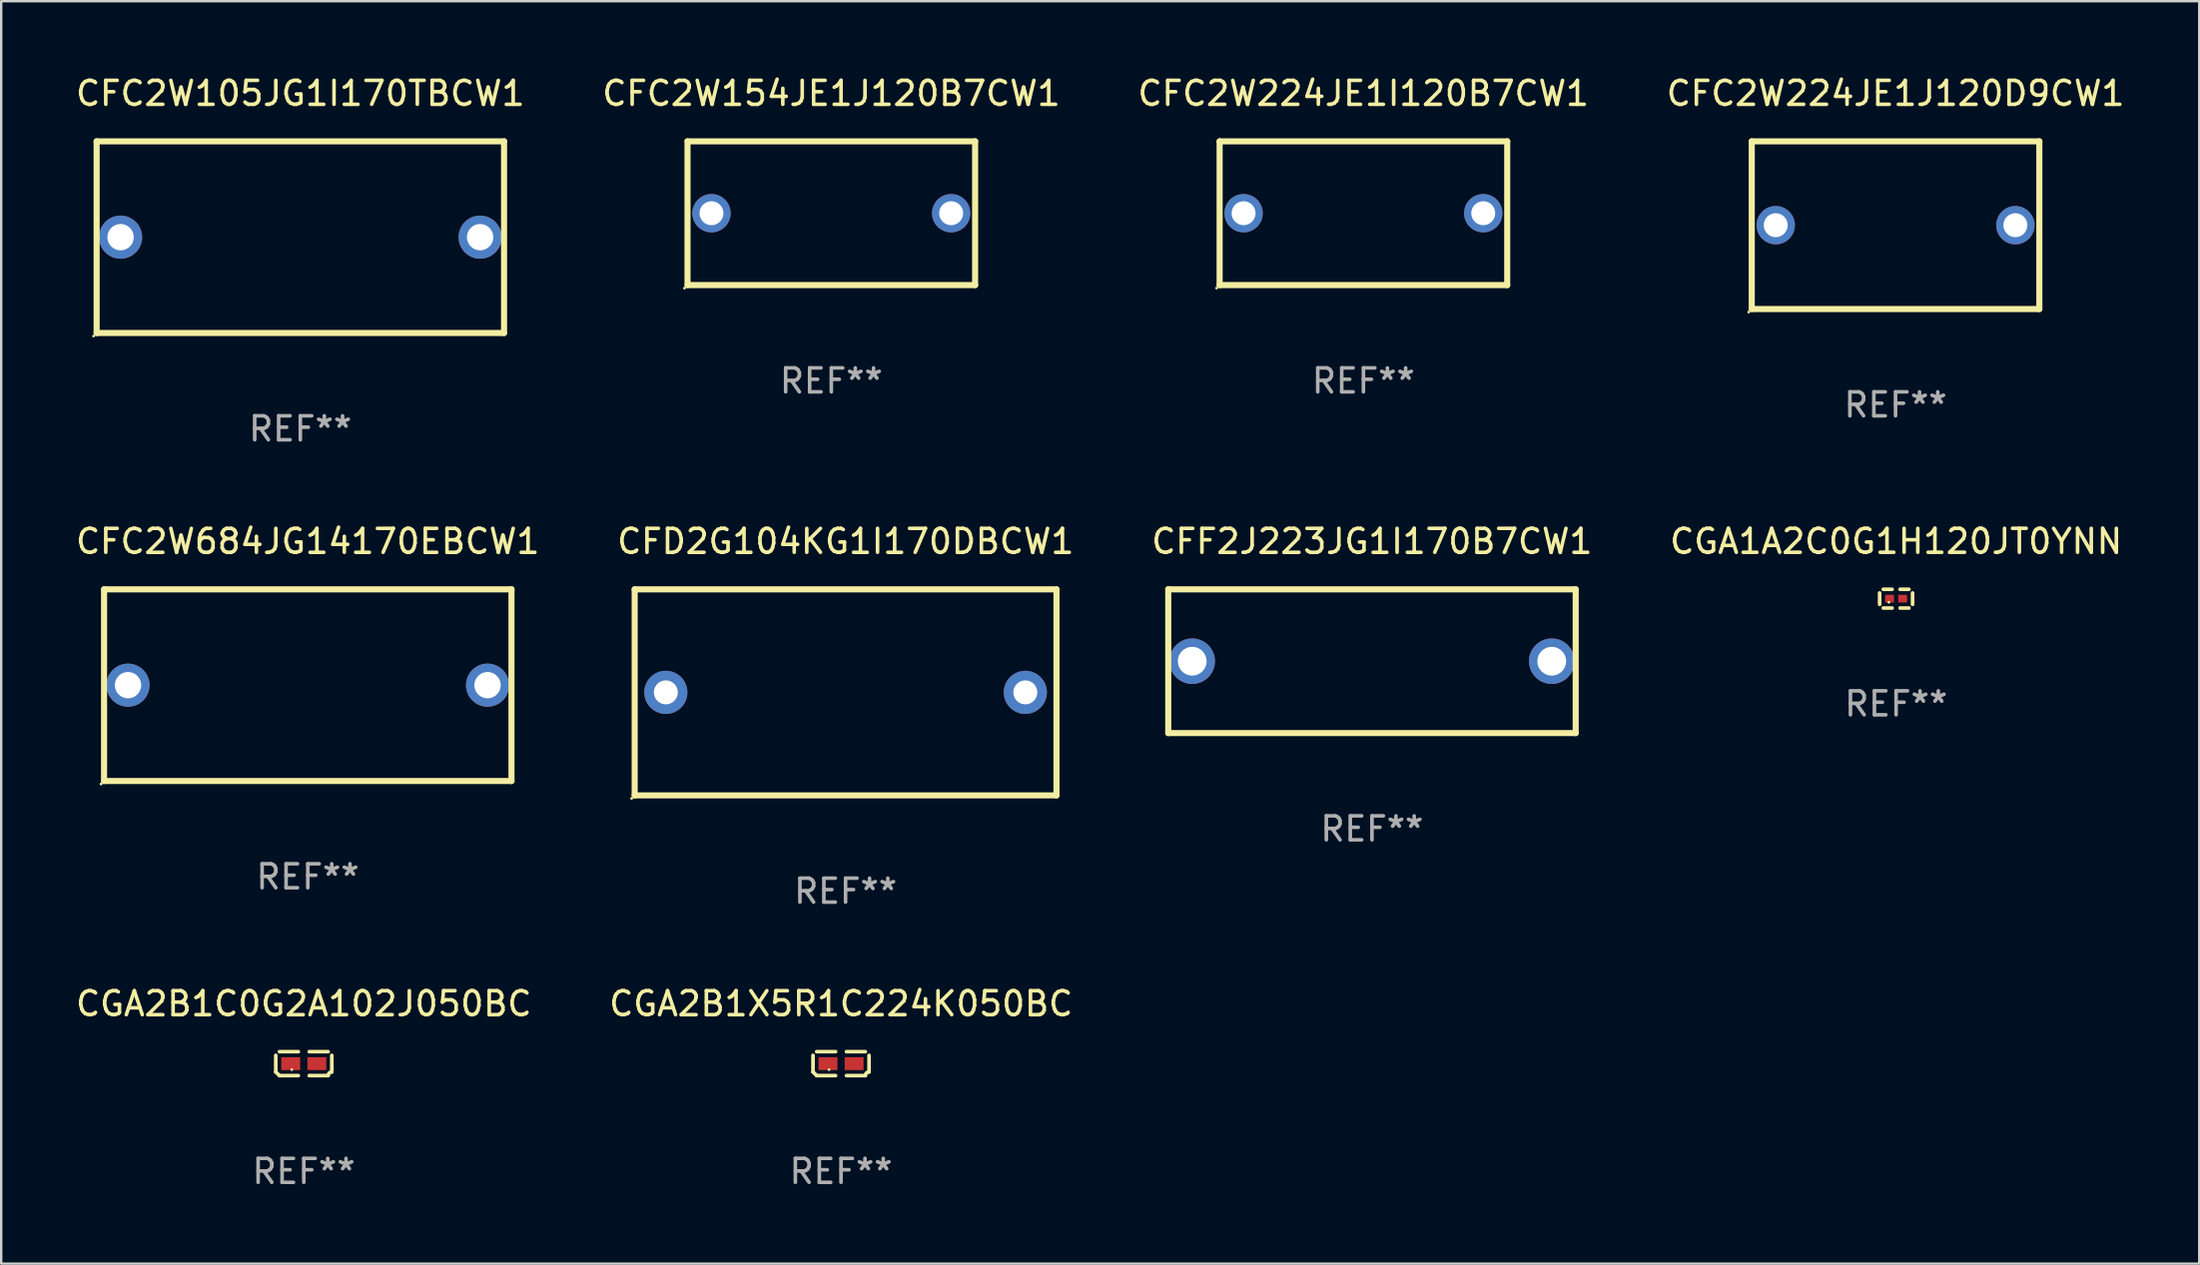
<source format=kicad_pcb>
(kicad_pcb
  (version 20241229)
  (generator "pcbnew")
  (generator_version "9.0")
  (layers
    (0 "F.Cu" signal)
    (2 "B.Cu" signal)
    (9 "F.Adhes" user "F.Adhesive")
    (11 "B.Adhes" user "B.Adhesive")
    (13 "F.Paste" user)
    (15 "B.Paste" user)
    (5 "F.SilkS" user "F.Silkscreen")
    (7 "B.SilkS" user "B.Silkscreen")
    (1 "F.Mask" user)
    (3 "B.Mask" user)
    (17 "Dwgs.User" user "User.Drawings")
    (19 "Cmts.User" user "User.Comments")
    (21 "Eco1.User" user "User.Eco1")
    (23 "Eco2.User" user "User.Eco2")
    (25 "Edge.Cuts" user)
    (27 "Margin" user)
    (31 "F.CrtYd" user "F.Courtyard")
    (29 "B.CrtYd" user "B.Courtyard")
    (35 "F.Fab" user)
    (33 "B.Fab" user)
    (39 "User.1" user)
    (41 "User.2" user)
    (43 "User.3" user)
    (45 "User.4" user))
  (footprint "CFC2W105JG1I170TBCW1"
    (layer "F.Cu")
    (at 9.482 6.848)
    (property "Reference" "CFC2W105JG1I170TBCW1" (at 0 -6 0) (layer "F.SilkS") (effects (font (size 1 1) (thickness 0.15))))
    (attr through_hole)
    (fp_line (start -8.5 -4) (end 8.5 -4) (stroke (width 0.254) (type solid)) (layer "F.SilkS"))
    (fp_line (start -8.5 4) (end -8.5 -4) (stroke (width 0.254) (type solid)) (layer "F.SilkS"))
    (fp_line (start 8.5 -4) (end 8.5 4) (stroke (width 0.254) (type solid)) (layer "F.SilkS"))
    (fp_line (start 8.5 4) (end -8.5 4) (stroke (width 0.254) (type solid)) (layer "F.SilkS"))
    (fp_circle (center -8.627 4.127) (end -8.597 4.127) (stroke (width 0.06) (type solid)) (fill no) (layer "F.SilkS"))
    (fp_text user "REF**" (at 0 8 0) (layer "F.Fab") (effects (font (size 1 1) (thickness 0.15))))
    (pad "1" thru_hole circle (at -7.501 0) (size 1.8 1.8) (drill 1.1) (layers "*.Cu" "*.Mask"))
    (pad "2" thru_hole circle (at 7.501 0) (size 1.8 1.8) (drill 1.1) (layers "*.Cu" "*.Mask")))
  (footprint "CGA2B1C0G2A102J050BC"
    (layer "F.Cu")
    (at 9.625 41.34)
    (property "Reference" "CGA2B1C0G2A102J050BC" (at 0 -2.499 0) (layer "F.SilkS") (effects (font (size 1 1) (thickness 0.15))))
    (attr through_hole)
    (fp_line (start -1.169 0.346) (end -1.169 -0.346) (stroke (width 0.152) (type solid)) (layer "F.SilkS"))
    (fp_line (start -1.016 -0.499) (end -0.226 -0.499) (stroke (width 0.152) (type solid)) (layer "F.SilkS"))
    (fp_line (start -0.226 0.499) (end -1.016 0.499) (stroke (width 0.152) (type solid)) (layer "F.SilkS"))
    (fp_line (start 0.226 0.499) (end 1.016 0.499) (stroke (width 0.152) (type solid)) (layer "F.SilkS"))
    (fp_line (start 1.016 -0.499) (end 0.226 -0.499) (stroke (width 0.152) (type solid)) (layer "F.SilkS"))
    (fp_line (start 1.169 0.346) (end 1.169 -0.346) (stroke (width 0.152) (type solid)) (layer "F.SilkS"))
    (fp_arc (start -1.016307 0.498603) (mid -1.092512 0.422405) (end -1.16871 0.3462) (stroke (width 0.1524) (type solid)) (layer "F.SilkS"))
    (fp_arc (start 1.016307 0.498603) (mid 1.060899 0.390758) (end 1.168707 0.346076) (stroke (width 0.1524) (type solid)) (layer "F.SilkS"))
    (fp_circle (center -0.5 0.25) (end -0.47 0.25) (stroke (width 0.06) (type solid)) (fill no) (layer "F.SilkS"))
    (fp_text user "REF**" (at 0 4.499 0) (layer "F.Fab") (effects (font (size 1 1) (thickness 0.15))))
    (pad "1" smd rect (at -0.545 0) (size 0.79 0.54) (layers "F.Cu" "F.Mask" "F.Paste"))
    (pad "2" smd rect (at 0.545 0) (size 0.79 0.54) (layers "F.Cu" "F.Mask" "F.Paste")))
  (footprint "CGA1A2C0G1H120JT0YNN"
    (layer "F.Cu")
    (at 76.065 21.935)
    (property "Reference" "CGA1A2C0G1H120JT0YNN" (at 0 -2.391 0) (layer "F.SilkS") (effects (font (size 1 1) (thickness 0.15))))
    (attr through_hole)
    (fp_line (start -0.687 0.238) (end -0.687 -0.238) (stroke (width 0.152) (type solid)) (layer "F.SilkS"))
    (fp_line (start -0.535 -0.391) (end -0.166 -0.391) (stroke (width 0.152) (type solid)) (layer "F.SilkS"))
    (fp_line (start -0.166 0.391) (end -0.535 0.391) (stroke (width 0.152) (type solid)) (layer "F.SilkS"))
    (fp_line (start 0.166 0.391) (end 0.535 0.391) (stroke (width 0.152) (type solid)) (layer "F.SilkS"))
    (fp_line (start 0.535 -0.391) (end 0.166 -0.391) (stroke (width 0.152) (type solid)) (layer "F.SilkS"))
    (fp_line (start 0.687 0.238) (end 0.687 -0.238) (stroke (width 0.152) (type solid)) (layer "F.SilkS"))
    (fp_circle (center -0.3 0.15) (end -0.27 0.15) (stroke (width 0.06) (type solid)) (fill no) (layer "F.SilkS"))
    (fp_text user "REF**" (at 0 4.391 0) (layer "F.Fab") (effects (font (size 1 1) (thickness 0.15))))
    (pad "1" smd rect (at -0.274 0) (size 0.368 0.324) (layers "F.Cu" "F.Mask" "F.Paste"))
    (pad "2" smd rect (at 0.274 0) (size 0.368 0.324) (layers "F.Cu" "F.Mask" "F.Paste")))
  (footprint "CGA2B1X5R1C224K050BC"
    (layer "F.Cu")
    (at 32.042 41.34)
    (property "Reference" "CGA2B1X5R1C224K050BC" (at 0 -2.499 0) (layer "F.SilkS") (effects (font (size 1 1) (thickness 0.15))))
    (attr through_hole)
    (fp_line (start -1.169 0.346) (end -1.169 -0.346) (stroke (width 0.152) (type solid)) (layer "F.SilkS"))
    (fp_line (start -1.016 -0.499) (end -0.226 -0.499) (stroke (width 0.152) (type solid)) (layer "F.SilkS"))
    (fp_line (start -0.226 0.499) (end -1.016 0.499) (stroke (width 0.152) (type solid)) (layer "F.SilkS"))
    (fp_line (start 0.226 0.499) (end 1.016 0.499) (stroke (width 0.152) (type solid)) (layer "F.SilkS"))
    (fp_line (start 1.016 -0.499) (end 0.226 -0.499) (stroke (width 0.152) (type solid)) (layer "F.SilkS"))
    (fp_line (start 1.169 0.346) (end 1.169 -0.346) (stroke (width 0.152) (type solid)) (layer "F.SilkS"))
    (fp_arc (start -1.016307 0.498603) (mid -1.092512 0.422405) (end -1.16871 0.3462) (stroke (width 0.1524) (type solid)) (layer "F.SilkS"))
    (fp_arc (start 1.016307 0.498603) (mid 1.060899 0.390758) (end 1.168707 0.346076) (stroke (width 0.1524) (type solid)) (layer "F.SilkS"))
    (fp_circle (center -0.5 0.25) (end -0.47 0.25) (stroke (width 0.06) (type solid)) (fill no) (layer "F.SilkS"))
    (fp_text user "REF**" (at 0 4.499 0) (layer "F.Fab") (effects (font (size 1 1) (thickness 0.15))))
    (pad "1" smd rect (at -0.545 0) (size 0.79 0.54) (layers "F.Cu" "F.Mask" "F.Paste"))
    (pad "2" smd rect (at 0.545 0) (size 0.79 0.54) (layers "F.Cu" "F.Mask" "F.Paste")))
  (footprint "CFF2J223JG1I170B7CW1"
    (layer "F.Cu")
    (at 54.196 24.545)
    (property "Reference" "CFF2J223JG1I170B7CW1" (at 0 -5 0) (layer "F.SilkS") (effects (font (size 1 1) (thickness 0.15))))
    (attr through_hole)
    (fp_line (start -8.5 -3) (end 8.5 -3) (stroke (width 0.254) (type solid)) (layer "F.SilkS"))
    (fp_line (start -8.5 3) (end -8.5 -3) (stroke (width 0.254) (type solid)) (layer "F.SilkS"))
    (fp_line (start 8.5 -3) (end 8.5 3) (stroke (width 0.254) (type solid)) (layer "F.SilkS"))
    (fp_line (start 8.5 3) (end -8.5 3) (stroke (width 0.254) (type solid)) (layer "F.SilkS"))
    (fp_circle (center -8.5 3) (end -8.47 3) (stroke (width 0.06) (type solid)) (fill no) (layer "F.SilkS"))
    (fp_text user "REF**" (at 0 7 0) (layer "F.Fab") (effects (font (size 1 1) (thickness 0.15))))
    (pad "1" thru_hole circle (at -7.501 0) (size 1.9 1.9) (drill 1.2) (layers "*.Cu" "*.Mask"))
    (pad "2" thru_hole circle (at 7.501 0) (size 1.9 1.9) (drill 1.2) (layers "*.Cu" "*.Mask")))
  (footprint "CFC2W684JG14170EBCW1"
    (layer "F.Cu")
    (at 9.792 25.545)
    (property "Reference" "CFC2W684JG14170EBCW1" (at 0 -6 0) (layer "F.SilkS") (effects (font (size 1 1) (thickness 0.15))))
    (attr through_hole)
    (fp_line (start -8.5 -4) (end 8.5 -4) (stroke (width 0.254) (type solid)) (layer "F.SilkS"))
    (fp_line (start -8.5 4) (end -8.5 -4) (stroke (width 0.254) (type solid)) (layer "F.SilkS"))
    (fp_line (start 8.5 -4) (end 8.5 4) (stroke (width 0.254) (type solid)) (layer "F.SilkS"))
    (fp_line (start 8.5 4) (end -8.5 4) (stroke (width 0.254) (type solid)) (layer "F.SilkS"))
    (fp_circle (center -8.627 4.127) (end -8.597 4.127) (stroke (width 0.06) (type solid)) (fill no) (layer "F.SilkS"))
    (fp_text user "REF**" (at 0 8 0) (layer "F.Fab") (effects (font (size 1 1) (thickness 0.15))))
    (pad "1" thru_hole circle (at -7.501 0) (size 1.8 1.8) (drill 1.1) (layers "*.Cu" "*.Mask"))
    (pad "2" thru_hole circle (at 7.501 0) (size 1.8 1.8) (drill 1.1) (layers "*.Cu" "*.Mask")))
  (footprint "CFD2G104KG1I170DBCW1"
    (layer "F.Cu")
    (at 32.232 25.845)
    (property "Reference" "CFD2G104KG1I170DBCW1" (at 0 -6.3 0) (layer "F.SilkS") (effects (font (size 1 1) (thickness 0.15))))
    (attr through_hole)
    (fp_line (start -8.8 -4.3) (end -8.8 4.3) (stroke (width 0.254) (type solid)) (layer "F.SilkS"))
    (fp_line (start -8.8 -4.3) (end 8.8 -4.3) (stroke (width 0.254) (type solid)) (layer "F.SilkS"))
    (fp_line (start -8.8 4.3) (end 8.8 4.3) (stroke (width 0.254) (type solid)) (layer "F.SilkS"))
    (fp_line (start 8.8 -4.3) (end 8.8 4.3) (stroke (width 0.254) (type solid)) (layer "F.SilkS"))
    (fp_circle (center -8.927 4.427) (end -8.897 4.427) (stroke (width 0.06) (type solid)) (fill no) (layer "F.SilkS"))
    (fp_text user "REF**" (at 0 8.3 0) (layer "F.Fab") (effects (font (size 1 1) (thickness 0.15))))
    (pad "1" thru_hole circle (at -7.5 0) (size 1.8 1.8) (drill 1) (layers "*.Cu" "*.Mask"))
    (pad "2" thru_hole circle (at 7.5 0) (size 1.8 1.8) (drill 1) (layers "*.Cu" "*.Mask")))
  (footprint "CFC2W224JE1I120B7CW1"
    (layer "F.Cu")
    (at 53.839 5.848)
    (property "Reference" "CFC2W224JE1I120B7CW1" (at 0 -5 0) (layer "F.SilkS") (effects (font (size 1 1) (thickness 0.15))))
    (attr through_hole)
    (fp_line (start -6 -3) (end 6 -3) (stroke (width 0.254) (type solid)) (layer "F.SilkS"))
    (fp_line (start -6 3) (end -6 -3) (stroke (width 0.254) (type solid)) (layer "F.SilkS"))
    (fp_line (start 6 -3) (end 6 3) (stroke (width 0.254) (type solid)) (layer "F.SilkS"))
    (fp_line (start 6 3) (end -6 3) (stroke (width 0.254) (type solid)) (layer "F.SilkS"))
    (fp_circle (center -6.127 3.127) (end -6.097 3.127) (stroke (width 0.06) (type solid)) (fill no) (layer "F.SilkS"))
    (fp_text user "REF**" (at 0 7 0) (layer "F.Fab") (effects (font (size 1 1) (thickness 0.15))))
    (pad "1" thru_hole circle (at -5 0) (size 1.6 1.6) (drill 1) (layers "*.Cu" "*.Mask"))
    (pad "2" thru_hole circle (at 5 0) (size 1.6 1.6) (drill 1) (layers "*.Cu" "*.Mask")))
  (footprint "CFC2W224JE1J120D9CW1"
    (layer "F.Cu")
    (at 76.042 6.348)
    (property "Reference" "CFC2W224JE1J120D9CW1" (at 0 -5.5 0) (layer "F.SilkS") (effects (font (size 1 1) (thickness 0.15))))
    (attr through_hole)
    (fp_line (start -6 -3.5) (end -6 3.5) (stroke (width 0.254) (type solid)) (layer "F.SilkS"))
    (fp_line (start -6 -3.5) (end 6 -3.5) (stroke (width 0.254) (type solid)) (layer "F.SilkS"))
    (fp_line (start 6 -3.5) (end 6 3.5) (stroke (width 0.254) (type solid)) (layer "F.SilkS"))
    (fp_line (start 6 3.5) (end -6 3.5) (stroke (width 0.254) (type solid)) (layer "F.SilkS"))
    (fp_circle (center -6.127 3.627) (end -6.097 3.627) (stroke (width 0.06) (type solid)) (fill no) (layer "F.SilkS"))
    (fp_text user "REF**" (at 0 7.5 0) (layer "F.Fab") (effects (font (size 1 1) (thickness 0.15))))
    (pad "1" thru_hole circle (at -5 0) (size 1.6 1.6) (drill 1) (layers "*.Cu" "*.Mask"))
    (pad "2" thru_hole circle (at 5 0) (size 1.6 1.6) (drill 1) (layers "*.Cu" "*.Mask")))
  (footprint "CFC2W154JE1J120B7CW1"
    (layer "F.Cu")
    (at 31.637 5.848)
    (property "Reference" "CFC2W154JE1J120B7CW1" (at 0 -5 0) (layer "F.SilkS") (effects (font (size 1 1) (thickness 0.15))))
    (attr through_hole)
    (fp_line (start -6 -3) (end 6 -3) (stroke (width 0.254) (type solid)) (layer "F.SilkS"))
    (fp_line (start -6 3) (end -6 -3) (stroke (width 0.254) (type solid)) (layer "F.SilkS"))
    (fp_line (start 6 -3) (end 6 3) (stroke (width 0.254) (type solid)) (layer "F.SilkS"))
    (fp_line (start 6 3) (end -6 3) (stroke (width 0.254) (type solid)) (layer "F.SilkS"))
    (fp_circle (center -6.127 3.127) (end -6.097 3.127) (stroke (width 0.06) (type solid)) (fill no) (layer "F.SilkS"))
    (fp_text user "REF**" (at 0 7 0) (layer "F.Fab") (effects (font (size 1 1) (thickness 0.15))))
    (pad "1" thru_hole circle (at -5 0) (size 1.6 1.6) (drill 1) (layers "*.Cu" "*.Mask"))
    (pad "2" thru_hole circle (at 5 0) (size 1.6 1.6) (drill 1) (layers "*.Cu" "*.Mask")))
  (gr_rect
    (start -3 -3)
    (end 88.714 49.687)
    (stroke (width 0.1) (type default))
    (fill no)
    (layer "Edge.Cuts")))
</source>
